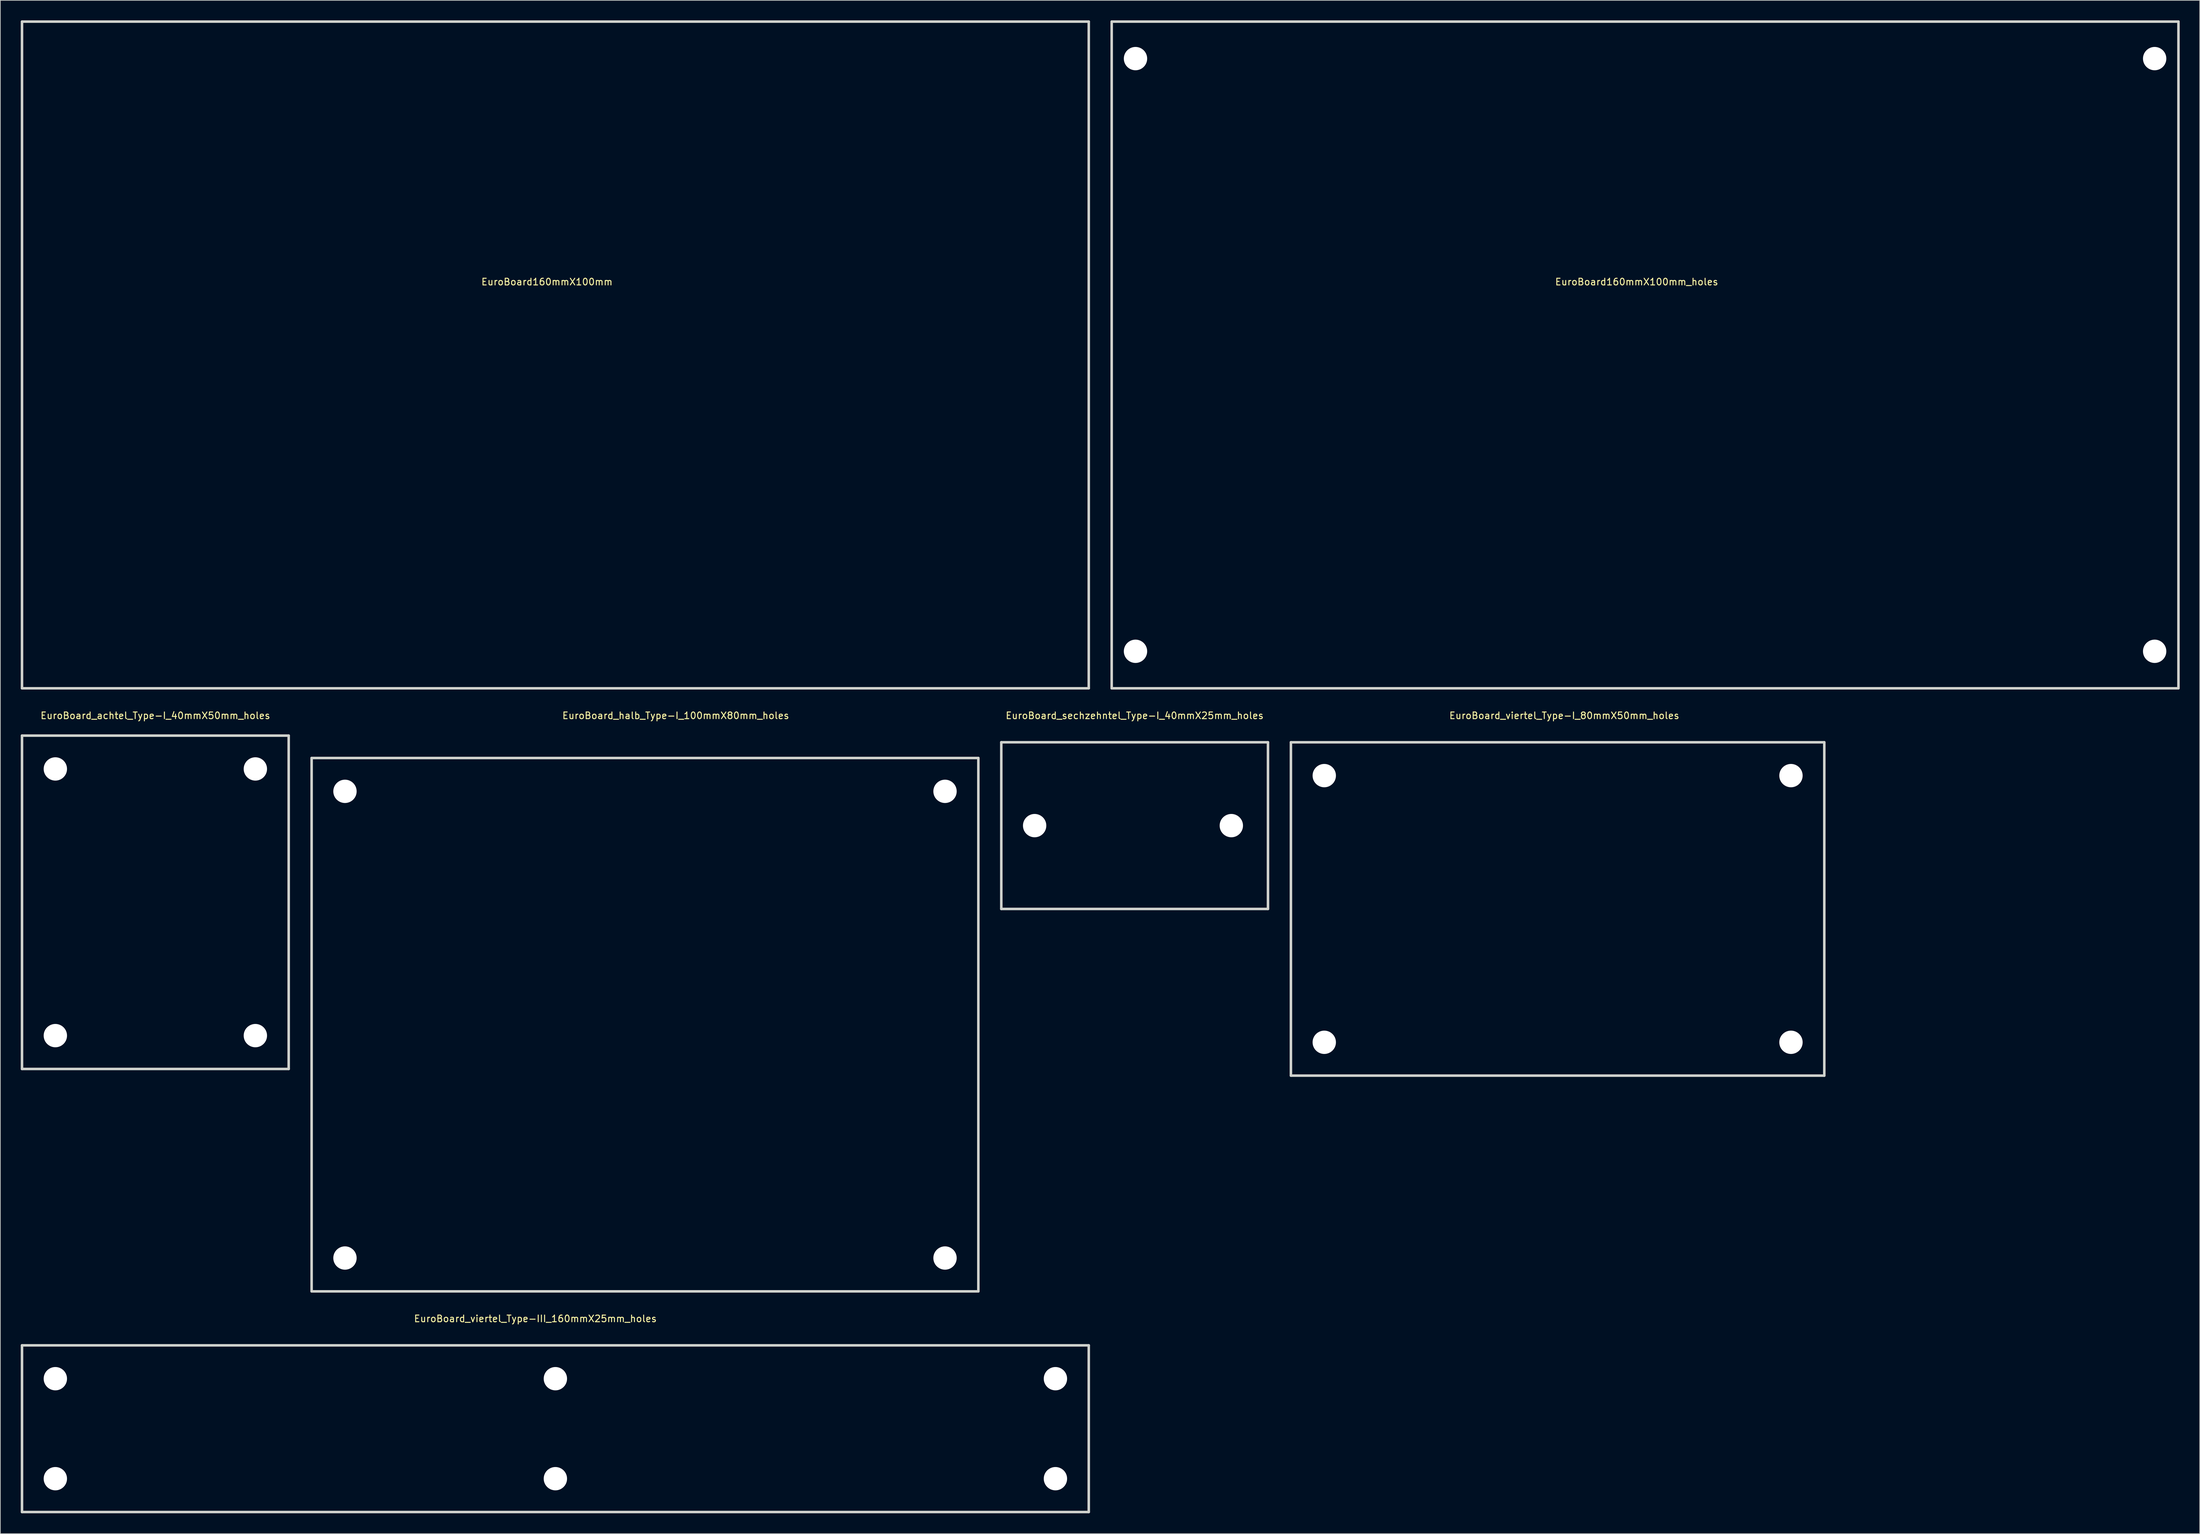
<source format=kicad_pcb>
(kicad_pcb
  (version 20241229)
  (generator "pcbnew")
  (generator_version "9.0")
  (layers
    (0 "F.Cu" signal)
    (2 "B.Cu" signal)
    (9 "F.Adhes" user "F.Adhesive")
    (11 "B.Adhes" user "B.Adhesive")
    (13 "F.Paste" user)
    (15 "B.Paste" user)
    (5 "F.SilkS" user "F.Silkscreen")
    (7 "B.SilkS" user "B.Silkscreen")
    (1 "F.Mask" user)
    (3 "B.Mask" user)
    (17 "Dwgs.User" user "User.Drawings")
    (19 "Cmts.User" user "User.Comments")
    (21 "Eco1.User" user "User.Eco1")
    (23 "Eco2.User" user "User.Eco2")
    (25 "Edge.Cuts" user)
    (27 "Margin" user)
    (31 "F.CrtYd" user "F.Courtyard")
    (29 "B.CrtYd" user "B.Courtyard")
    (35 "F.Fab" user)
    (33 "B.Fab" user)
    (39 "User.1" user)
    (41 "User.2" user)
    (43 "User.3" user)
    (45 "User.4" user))
  (footprint "EuroBoard160mmX100mm"
    (layer "F.Cu")
    (at 0.25 100.19)
    (property "Reference" "EuroBoard160mmX100mm" (at 78.74 -60.96 0) (layer "F.SilkS") (effects (font (size 1 1) (thickness 0.15))))
    (attr through_hole)
    (fp_line (start 0 -100) (end 0 0) (stroke (width 0.38) (type solid)) (layer "Edge.Cuts"))
    (fp_line (start 0 0) (end 160 0) (stroke (width 0.38) (type solid)) (layer "Edge.Cuts"))
    (fp_line (start 160 -100) (end 0 -100) (stroke (width 0.38) (type solid)) (layer "Edge.Cuts"))
    (fp_line (start 160 0) (end 160 -100) (stroke (width 0.38) (type solid)) (layer "Edge.Cuts")))
  (footprint "EuroBoard_sechzehntel_Type-I_40mmX25mm_holes"
    (layer "F.Cu")
    (at 147.131 133.287)
    (property "Reference" "EuroBoard_sechzehntel_Type-I_40mmX25mm_holes" (at 20 -28.999 0) (layer "F.SilkS") (effects (font (size 1 1) (thickness 0.15))))
    (attr through_hole)
    (fp_line (start 0 -25.001) (end 0 0) (stroke (width 0.381) (type solid)) (layer "Edge.Cuts"))
    (fp_line (start 0 0) (end 40 0) (stroke (width 0.381) (type solid)) (layer "Edge.Cuts"))
    (fp_line (start 40 -25.001) (end 0 -25.001) (stroke (width 0.381) (type solid)) (layer "Edge.Cuts"))
    (fp_line (start 40 0) (end 40 -25.001) (stroke (width 0.381) (type solid)) (layer "Edge.Cuts"))
    (pad "" np_thru_hole circle (at 5.001 -12.499) (size 3.5 3.5) (drill 3.5) (layers "*.Cu" "*.Mask"))
    (pad "" np_thru_hole circle (at 34.501 -12.499) (size 3.5 3.5) (drill 3.5) (layers "*.Cu" "*.Mask")))
  (footprint "EuroBoard_achtel_Type-I_40mmX50mm_holes"
    (layer "F.Cu")
    (at 0.25 157.288)
    (property "Reference" "EuroBoard_achtel_Type-I_40mmX50mm_holes" (at 20 -53 0) (layer "F.SilkS") (effects (font (size 1 1) (thickness 0.15))))
    (attr through_hole)
    (fp_line (start 0 -50) (end 0 0) (stroke (width 0.381) (type solid)) (layer "Edge.Cuts"))
    (fp_line (start 0 0) (end 40 0) (stroke (width 0.381) (type solid)) (layer "Edge.Cuts"))
    (fp_line (start 40 -50) (end 0 -50) (stroke (width 0.381) (type solid)) (layer "Edge.Cuts"))
    (fp_line (start 40 0) (end 40 -50) (stroke (width 0.381) (type solid)) (layer "Edge.Cuts"))
    (pad "" np_thru_hole circle (at 5.001 -45.001) (size 3.5 3.5) (drill 3.5) (layers "*.Cu" "*.Mask"))
    (pad "" np_thru_hole circle (at 5.001 -5.001) (size 3.5 3.5) (drill 3.5) (layers "*.Cu" "*.Mask"))
    (pad "" np_thru_hole circle (at 35.001 -45.001) (size 3.5 3.5) (drill 3.5) (layers "*.Cu" "*.Mask"))
    (pad "" np_thru_hole circle (at 35.001 -5.001) (size 3.5 3.5) (drill 3.5) (layers "*.Cu" "*.Mask")))
  (footprint "EuroBoard_halb_Type-I_100mmX80mm_holes"
    (layer "F.Cu")
    (at 43.69 190.648)
    (property "Reference" "EuroBoard_halb_Type-I_100mmX80mm_holes" (at 54.61 -86.36 0) (layer "F.SilkS") (effects (font (size 1 1) (thickness 0.15))))
    (attr through_hole)
    (fp_line (start 0 -80) (end 100 -80) (stroke (width 0.381) (type solid)) (layer "Edge.Cuts"))
    (fp_line (start 0 0) (end 0 -80) (stroke (width 0.381) (type solid)) (layer "Edge.Cuts"))
    (fp_line (start 100 -80) (end 100 0) (stroke (width 0.381) (type solid)) (layer "Edge.Cuts"))
    (fp_line (start 100 0) (end 0 0) (stroke (width 0.381) (type solid)) (layer "Edge.Cuts"))
    (pad "" np_thru_hole circle (at 5.001 -75.001) (size 3.5 3.5) (drill 3.5) (layers "*.Cu" "*.Mask"))
    (pad "" np_thru_hole circle (at 5.001 -5.001) (size 3.5 3.5) (drill 3.5) (layers "*.Cu" "*.Mask"))
    (pad "" np_thru_hole circle (at 95.001 -75.001) (size 3.5 3.5) (drill 3.5) (layers "*.Cu" "*.Mask"))
    (pad "" np_thru_hole circle (at 95.001 -5.001) (size 3.5 3.5) (drill 3.5) (layers "*.Cu" "*.Mask")))
  (footprint "EuroBoard_viertel_Type-I_80mmX50mm_holes"
    (layer "F.Cu")
    (at 190.571 158.289)
    (property "Reference" "EuroBoard_viertel_Type-I_80mmX50mm_holes" (at 41.001 -54 0) (layer "F.SilkS") (effects (font (size 1 1) (thickness 0.15))))
    (attr through_hole)
    (fp_line (start 0 -50) (end 80 -50) (stroke (width 0.381) (type solid)) (layer "Edge.Cuts"))
    (fp_line (start 0 0) (end 0 -50) (stroke (width 0.381) (type solid)) (layer "Edge.Cuts"))
    (fp_line (start 80 -50) (end 80 0) (stroke (width 0.381) (type solid)) (layer "Edge.Cuts"))
    (fp_line (start 80 0) (end 0 0) (stroke (width 0.381) (type solid)) (layer "Edge.Cuts"))
    (pad "" np_thru_hole circle (at 5.001 -45.001) (size 3.5 3.5) (drill 3.5) (layers "*.Cu" "*.Mask"))
    (pad "" np_thru_hole circle (at 5.001 -5.001) (size 3.5 3.5) (drill 3.5) (layers "*.Cu" "*.Mask"))
    (pad "" np_thru_hole circle (at 75.001 -45.001) (size 3.5 3.5) (drill 3.5) (layers "*.Cu" "*.Mask"))
    (pad "" np_thru_hole circle (at 75.001 -5.001) (size 3.5 3.5) (drill 3.5) (layers "*.Cu" "*.Mask")))
  (footprint "EuroBoard_viertel_Type-III_160mmX25mm_holes"
    (layer "F.Cu")
    (at 0.25 223.746)
    (property "Reference" "EuroBoard_viertel_Type-III_160mmX25mm_holes" (at 77 -28.999 0) (layer "F.SilkS") (effects (font (size 1 1) (thickness 0.15))))
    (attr through_hole)
    (fp_line (start 0 -25.001) (end 0 0) (stroke (width 0.381) (type solid)) (layer "Edge.Cuts"))
    (fp_line (start 0 0) (end 160 0) (stroke (width 0.381) (type solid)) (layer "Edge.Cuts"))
    (fp_line (start 160 -25.001) (end 0 -25.001) (stroke (width 0.381) (type solid)) (layer "Edge.Cuts"))
    (fp_line (start 160 0) (end 160 -25.001) (stroke (width 0.381) (type solid)) (layer "Edge.Cuts"))
    (pad "" np_thru_hole circle (at 5.001 -20) (size 3.5 3.5) (drill 3.5) (layers "*.Cu" "*.Mask"))
    (pad "" np_thru_hole circle (at 5.001 -5.001) (size 3.5 3.5) (drill 3.5) (layers "*.Cu" "*.Mask"))
    (pad "" np_thru_hole circle (at 80 -20) (size 3.5 3.5) (drill 3.5) (layers "*.Cu" "*.Mask"))
    (pad "" np_thru_hole circle (at 80 -5.001) (size 3.5 3.5) (drill 3.5) (layers "*.Cu" "*.Mask"))
    (pad "" np_thru_hole circle (at 155.001 -20) (size 3.5 3.5) (drill 3.5) (layers "*.Cu" "*.Mask"))
    (pad "" np_thru_hole circle (at 155.001 -5.001) (size 3.5 3.5) (drill 3.5) (layers "*.Cu" "*.Mask")))
  (footprint "EuroBoard160mmX100mm_holes"
    (layer "F.Cu")
    (at 163.69 100.19)
    (property "Reference" "EuroBoard160mmX100mm_holes" (at 78.74 -60.96 0) (layer "F.SilkS") (effects (font (size 1 1) (thickness 0.15))))
    (attr through_hole)
    (fp_line (start 0 -100) (end 0 0) (stroke (width 0.38) (type solid)) (layer "Edge.Cuts"))
    (fp_line (start 0 0) (end 160 0) (stroke (width 0.38) (type solid)) (layer "Edge.Cuts"))
    (fp_line (start 160 -100) (end 0 -100) (stroke (width 0.38) (type solid)) (layer "Edge.Cuts"))
    (fp_line (start 160 0) (end 160 -100) (stroke (width 0.38) (type solid)) (layer "Edge.Cuts"))
    (pad "" np_thru_hole circle (at 3.57 -94.45) (size 3.5 3.5) (drill 3.5) (layers "*.Cu" "*.Mask"))
    (pad "" np_thru_hole circle (at 3.57 -5.55) (size 3.5 3.5) (drill 3.5) (layers "*.Cu" "*.Mask"))
    (pad "" np_thru_hole circle (at 156.43 -94.45) (size 3.5 3.5) (drill 3.5) (layers "*.Cu" "*.Mask"))
    (pad "" np_thru_hole circle (at 156.43 -5.55) (size 3.5 3.5) (drill 3.5) (layers "*.Cu" "*.Mask")))
  (gr_rect
    (start -3 -3)
    (end 326.88 226.996)
    (stroke (width 0.1) (type default))
    (fill no)
    (layer "Edge.Cuts")))
</source>
